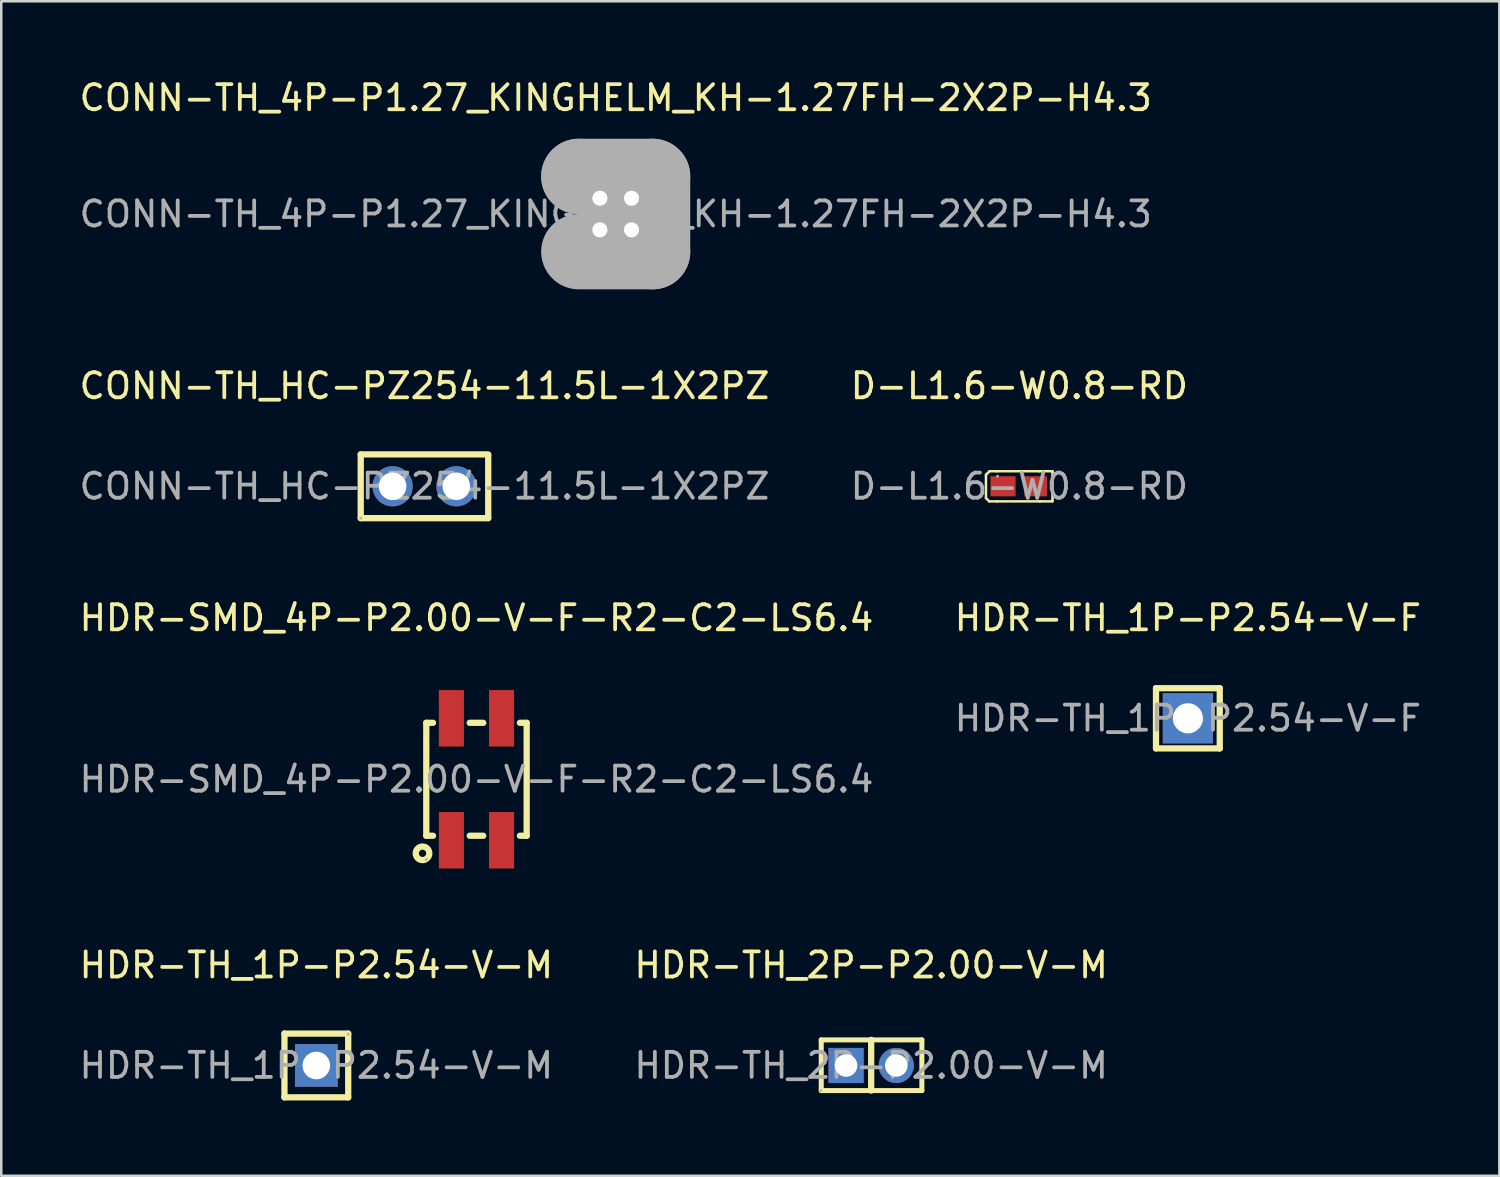
<source format=kicad_pcb>
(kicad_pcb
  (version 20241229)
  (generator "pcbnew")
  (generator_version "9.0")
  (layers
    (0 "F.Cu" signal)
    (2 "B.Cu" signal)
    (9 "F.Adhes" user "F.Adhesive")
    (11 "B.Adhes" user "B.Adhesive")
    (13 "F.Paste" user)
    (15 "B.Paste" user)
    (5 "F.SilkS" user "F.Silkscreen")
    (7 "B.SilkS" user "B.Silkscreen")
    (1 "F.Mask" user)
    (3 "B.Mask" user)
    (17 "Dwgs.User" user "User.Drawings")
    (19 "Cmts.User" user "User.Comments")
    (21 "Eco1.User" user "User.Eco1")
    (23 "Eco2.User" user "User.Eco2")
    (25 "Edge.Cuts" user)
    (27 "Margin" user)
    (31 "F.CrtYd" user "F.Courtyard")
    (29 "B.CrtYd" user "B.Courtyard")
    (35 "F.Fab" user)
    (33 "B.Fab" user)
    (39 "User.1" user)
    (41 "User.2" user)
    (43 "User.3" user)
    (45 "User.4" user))
  (footprint "CONN-TH_HC-PZ254-11.5L-1X2PZ"
    (layer "F.Cu")
    (at 13.863 16.326)
    (property "Reference" "CONN-TH_HC-PZ254-11.5L-1X2PZ" (at 0 -4 0) (layer "F.SilkS") (effects (font (size 1 1) (thickness 0.15))))
    (attr through_hole)
    (fp_line (start -2.54 -1.27) (end 2.54 -1.27) (stroke (width 0.25) (type solid)) (layer "F.SilkS"))
    (fp_line (start -2.54 1.27) (end -2.54 -1.27) (stroke (width 0.25) (type solid)) (layer "F.SilkS"))
    (fp_line (start 2.54 1.27) (end -2.54 1.27) (stroke (width 0.25) (type solid)) (layer "F.SilkS"))
    (fp_line (start 2.54 1.27) (end 2.54 -1.23) (stroke (width 0.25) (type solid)) (layer "F.SilkS"))
    (fp_circle (center -2.54 1.27) (end -2.51 1.27) (stroke (width 0.06) (type solid)) (fill no) (layer "F.Fab"))
    (fp_text user "${REFERENCE}" (at 0 0 0) (layer "F.Fab") (effects (font (size 1 1) (thickness 0.15))))
    (pad "1" thru_hole circle (at -1.27 0) (size 1.6 1.6) (drill 1.1) (layers "*.Cu" "*.Mask"))
    (pad "2" thru_hole circle (at 1.27 0) (size 1.6 1.6) (drill 1.1) (layers "*.Cu" "*.Mask")))
  (footprint "HDR-TH_2P-P2.00-V-M"
    (layer "F.Cu")
    (at 31.661 39.403)
    (property "Reference" "HDR-TH_2P-P2.00-V-M" (at 0 -4 0) (layer "F.SilkS") (effects (font (size 1 1) (thickness 0.15))))
    (attr through_hole)
    (fp_line (start -1.99 -1.02) (end 2.02 -1.02) (stroke (width 0.2) (type solid)) (layer "F.SilkS"))
    (fp_line (start -1.99 1) (end -1.99 -1.02) (stroke (width 0.2) (type solid)) (layer "F.SilkS"))
    (fp_line (start 0 -1.02) (end 0 1) (stroke (width 0.25) (type solid)) (layer "F.SilkS"))
    (fp_line (start 2.02 -1.02) (end 2.02 1) (stroke (width 0.2) (type solid)) (layer "F.SilkS"))
    (fp_line (start 2.02 1) (end -1.99 1) (stroke (width 0.2) (type solid)) (layer "F.SilkS"))
    (fp_circle (center -2 1) (end -1.97 1) (stroke (width 0.06) (type solid)) (fill no) (layer "F.Fab"))
    (fp_text user "${REFERENCE}" (at 0 0 0) (layer "F.Fab") (effects (font (size 1 1) (thickness 0.15))))
    (pad "1" thru_hole rect (at -1 0) (size 1.4 1.4) (drill 0.9) (layers "*.Cu" "*.Mask"))
    (pad "2" thru_hole circle (at 1 0) (size 1.4 1.4) (drill 0.9) (layers "*.Cu" "*.Mask")))
  (footprint "HDR-SMD_4P-P2.00-V-F-R2-C2-LS6.4"
    (layer "F.Cu")
    (at 15.935 28)
    (property "Reference" "HDR-SMD_4P-P2.00-V-F-R2-C2-LS6.4" (at 0 -6.43 0) (layer "F.SilkS") (effects (font (size 1 1) (thickness 0.15))))
    (attr smd)
    (fp_line (start -2 -2.25) (end -1.73 -2.25) (stroke (width 0.25) (type solid)) (layer "F.SilkS"))
    (fp_line (start -2 2.25) (end -2 -2.25) (stroke (width 0.25) (type solid)) (layer "F.SilkS"))
    (fp_line (start -1.73 2.25) (end -2 2.25) (stroke (width 0.25) (type solid)) (layer "F.SilkS"))
    (fp_line (start -0.27 -2.25) (end 0.27 -2.25) (stroke (width 0.25) (type solid)) (layer "F.SilkS"))
    (fp_line (start 0.27 2.25) (end -0.27 2.25) (stroke (width 0.25) (type solid)) (layer "F.SilkS"))
    (fp_line (start 1.73 -2.25) (end 2 -2.25) (stroke (width 0.25) (type solid)) (layer "F.SilkS"))
    (fp_line (start 2 -2.25) (end 2 2.25) (stroke (width 0.25) (type solid)) (layer "F.SilkS"))
    (fp_line (start 2 2.25) (end 1.73 2.25) (stroke (width 0.25) (type solid)) (layer "F.SilkS"))
    (fp_circle (center -2.15 2.95) (end -1.88 2.95) (stroke (width 0.25) (type solid)) (fill no) (layer "F.SilkS"))
    (fp_circle (center -2 3.2) (end -1.97 3.2) (stroke (width 0.06) (type solid)) (fill no) (layer "F.Fab"))
    (fp_text user "${REFERENCE}" (at 0 0 0) (layer "F.Fab") (effects (font (size 1 1) (thickness 0.15))))
    (pad "1" smd rect (at -1 2.43) (size 1 2.25) (layers "F.Cu" "F.Mask" "F.Paste"))
    (pad "2" smd rect (at -1 -2.43) (size 1 2.25) (layers "F.Cu" "F.Mask" "F.Paste"))
    (pad "3" smd rect (at 1 2.43) (size 1 2.25) (layers "F.Cu" "F.Mask" "F.Paste"))
    (pad "4" smd rect (at 1 -2.43) (size 1 2.25) (layers "F.Cu" "F.Mask" "F.Paste")))
  (footprint "CONN-TH_4P-P1.27_KINGHELM_KH-1.27FH-2X2P-H4.3"
    (layer "F.Cu")
    (at 21.482 5.478)
    (property "Reference" "CONN-TH_4P-P1.27_KINGHELM_KH-1.27FH-2X2P-H4.3" (at 0 -4.63 0) (layer "F.SilkS") (effects (font (size 1 1) (thickness 0.15))))
    (attr through_hole)
    (fp_line (start -1.47 -1.5) (end -1.47 -1.5) (stroke (width 3) (type solid)) (layer "F.Fab"))
    (fp_line (start -1.47 -1.5) (end 1.47 -1.5) (stroke (width 3) (type solid)) (layer "F.Fab"))
    (fp_line (start 1.47 -1.5) (end 1.47 1.5) (stroke (width 3) (type solid)) (layer "F.Fab"))
    (fp_line (start 1.47 1.5) (end -1.47 1.5) (stroke (width 3) (type solid)) (layer "F.Fab"))
    (fp_circle (center -1.5 -1.5) (end -1.47 -1.5) (stroke (width 0.06) (type solid)) (fill no) (layer "F.Fab"))
    (fp_text user "${REFERENCE}" (at 0 0 0) (layer "F.Fab") (effects (font (size 1 1) (thickness 0.15))))
    (pad "1" thru_hole circle (at -0.63 -0.63) (size 0.9 0.9) (drill 0.6) (layers "*.Cu" "*.Mask"))
    (pad "2" thru_hole circle (at -0.63 0.63) (size 0.9 0.9) (drill 0.6) (layers "*.Cu" "*.Mask"))
    (pad "3" thru_hole circle (at 0.63 -0.63) (size 0.9 0.9) (drill 0.6) (layers "*.Cu" "*.Mask"))
    (pad "4" thru_hole circle (at 0.63 0.63) (size 0.9 0.9) (drill 0.6) (layers "*.Cu" "*.Mask")))
  (footprint "D-L1.6-W0.8-RD"
    (layer "F.Cu")
    (at 37.565 16.326)
    (property "Reference" "D-L1.6-W0.8-RD" (at 0 -4 0) (layer "F.SilkS") (effects (font (size 1 1) (thickness 0.15))))
    (attr smd)
    (fp_line (start -1.33 -0.46) (end -1.33 0.47) (stroke (width 0.1) (type solid)) (layer "F.SilkS"))
    (fp_line (start -1.33 0.47) (end -1.2 0.6) (stroke (width 0.1) (type solid)) (layer "F.SilkS"))
    (fp_line (start -1.2 0.6) (end -0.9 0.6) (stroke (width 0.1) (type solid)) (layer "F.SilkS"))
    (fp_line (start -1.19 -0.6) (end -1.33 -0.46) (stroke (width 0.1) (type solid)) (layer "F.SilkS"))
    (fp_line (start -0.9 -0.6) (end -1.19 -0.6) (stroke (width 0.1) (type solid)) (layer "F.SilkS"))
    (fp_line (start -0.9 -0.6) (end 0.8 -0.6) (stroke (width 0.1) (type solid)) (layer "F.SilkS"))
    (fp_line (start 0.8 -0.6) (end 1.32 -0.6) (stroke (width 0.1) (type solid)) (layer "F.SilkS"))
    (fp_line (start 0.82 0.6) (end -0.9 0.6) (stroke (width 0.1) (type solid)) (layer "F.SilkS"))
    (fp_line (start 1.31 0.6) (end 0.82 0.6) (stroke (width 0.1) (type solid)) (layer "F.SilkS"))
    (fp_line (start 1.32 -0.6) (end 1.32 0.59) (stroke (width 0.1) (type solid)) (layer "F.SilkS"))
    (fp_line (start 1.32 0.59) (end 1.31 0.6) (stroke (width 0.1) (type solid)) (layer "F.SilkS"))
    (fp_circle (center -0.87 -0.4) (end -0.84 -0.4) (stroke (width 0.06) (type solid)) (fill no) (layer "F.Fab"))
    (fp_text user "${REFERENCE}" (at 0 0 0) (layer "F.Fab") (effects (font (size 1 1) (thickness 0.15))))
    (pad "1" smd rect (at -0.65 0) (size 1 0.8) (layers "F.Cu" "F.Mask" "F.Paste"))
    (pad "2" smd rect (at 0.65 0) (size 0.9 0.8) (layers "F.Cu" "F.Mask" "F.Paste")))
  (footprint "HDR-TH_1P-P2.54-V-F"
    (layer "F.Cu")
    (at 44.28 25.57)
    (property "Reference" "HDR-TH_1P-P2.54-V-F" (at 0 -4 0) (layer "F.SilkS") (effects (font (size 1 1) (thickness 0.15))))
    (attr through_hole)
    (fp_line (start -1.27 -1.2) (end -1.27 1.2) (stroke (width 0.25) (type solid)) (layer "F.SilkS"))
    (fp_line (start -1.27 -1.2) (end 1.27 -1.2) (stroke (width 0.25) (type solid)) (layer "F.SilkS"))
    (fp_line (start -1.27 1.2) (end 1.27 1.2) (stroke (width 0.25) (type solid)) (layer "F.SilkS"))
    (fp_line (start 1.27 -1.2) (end 1.27 1.2) (stroke (width 0.25) (type solid)) (layer "F.SilkS"))
    (fp_text user "${REFERENCE}" (at 0 0 0) (layer "F.Fab") (effects (font (size 1 1) (thickness 0.15))))
    (pad "1" thru_hole rect (at 0 0) (size 2 2) (drill 1.2) (layers "*.Cu" "*.Mask")))
  (footprint "HDR-TH_1P-P2.54-V-M"
    (layer "F.Cu")
    (at 9.554 39.403)
    (property "Reference" "HDR-TH_1P-P2.54-V-M" (at 0 -4 0) (layer "F.SilkS") (effects (font (size 1 1) (thickness 0.15))))
    (attr through_hole)
    (fp_line (start -1.27 -1.27) (end 1.27 -1.27) (stroke (width 0.25) (type solid)) (layer "F.SilkS"))
    (fp_line (start -1.27 1.27) (end -1.27 -1.27) (stroke (width 0.25) (type solid)) (layer "F.SilkS"))
    (fp_line (start 1.27 -1.27) (end 1.27 1.27) (stroke (width 0.25) (type solid)) (layer "F.SilkS"))
    (fp_line (start 1.27 1.27) (end -1.27 1.27) (stroke (width 0.25) (type solid)) (layer "F.SilkS"))
    (fp_circle (center 1.27 -1.25) (end 1.3 -1.25) (stroke (width 0.06) (type solid)) (fill no) (layer "F.Fab"))
    (fp_text user "${REFERENCE}" (at 0 0 0) (layer "F.Fab") (effects (font (size 1 1) (thickness 0.15))))
    (pad "1" thru_hole rect (at 0 0) (size 1.7 1.7) (drill 1.1) (layers "*.Cu" "*.Mask")))
  (gr_rect
    (start -3 -3)
    (end 56.69 43.798)
    (stroke (width 0.1) (type default))
    (fill no)
    (layer "Edge.Cuts")))
</source>
